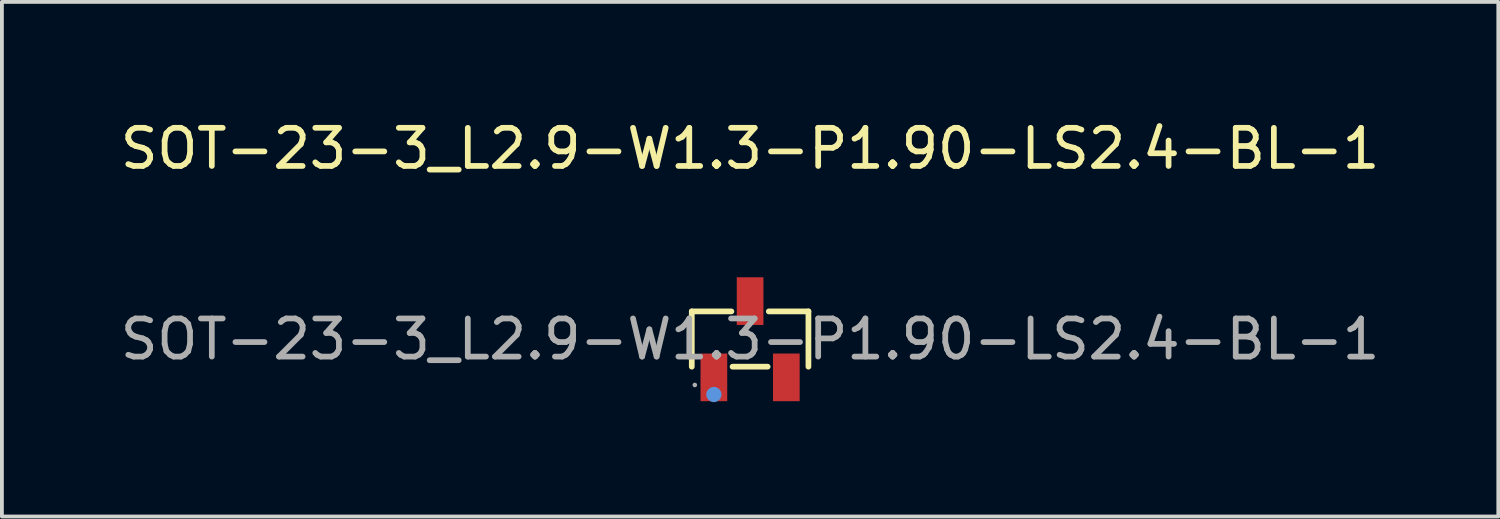
<source format=kicad_pcb>
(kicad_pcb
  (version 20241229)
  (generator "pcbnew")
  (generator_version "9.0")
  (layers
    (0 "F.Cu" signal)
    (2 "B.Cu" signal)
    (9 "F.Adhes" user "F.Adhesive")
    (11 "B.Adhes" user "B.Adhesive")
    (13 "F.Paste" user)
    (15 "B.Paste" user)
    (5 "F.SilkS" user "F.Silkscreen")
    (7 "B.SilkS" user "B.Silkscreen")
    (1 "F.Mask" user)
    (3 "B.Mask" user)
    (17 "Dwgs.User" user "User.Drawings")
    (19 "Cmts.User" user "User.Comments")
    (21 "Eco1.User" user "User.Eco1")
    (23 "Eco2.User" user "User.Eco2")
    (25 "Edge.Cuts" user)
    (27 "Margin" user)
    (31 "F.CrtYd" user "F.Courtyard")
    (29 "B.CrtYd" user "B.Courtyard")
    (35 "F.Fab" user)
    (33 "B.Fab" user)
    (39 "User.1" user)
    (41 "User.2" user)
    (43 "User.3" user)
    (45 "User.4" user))
  (footprint "SOT-23-3_L2.9-W1.3-P1.90-LS2.4-BL-1"
    (layer "F.Cu")
    (at 16.625 5.848)
    (property "Reference" "SOT-23-3_L2.9-W1.3-P1.90-LS2.4-BL-1" (at 0 -5 0) (layer "F.SilkS") (effects (font (size 1 1) (thickness 0.15))))
    (attr smd)
    (fp_line (start -1.53 -0.73) (end -0.49 -0.73) (stroke (width 0.15) (type solid)) (layer "F.SilkS"))
    (fp_line (start -1.53 0.72) (end -1.53 -0.73) (stroke (width 0.15) (type solid)) (layer "F.SilkS"))
    (fp_line (start 0.46 0.72) (end -0.46 0.72) (stroke (width 0.15) (type solid)) (layer "F.SilkS"))
    (fp_line (start 1.53 -0.73) (end 0.49 -0.73) (stroke (width 0.15) (type solid)) (layer "F.SilkS"))
    (fp_line (start 1.53 0.72) (end 1.53 -0.73) (stroke (width 0.15) (type solid)) (layer "F.SilkS"))
    (fp_circle (center -0.95 1.45) (end -0.85 1.45) (stroke (width 0.2) (type solid)) (fill no) (layer "Cmts.User"))
    (fp_circle (center -1.45 1.2) (end -1.42 1.2) (stroke (width 0.06) (type solid)) (fill no) (layer "F.Fab"))
    (fp_text user "${REFERENCE}" (at 0 0 0) (layer "F.Fab") (effects (font (size 1 1) (thickness 0.15))))
    (pad "1" smd rect (at -0.95 1 270) (size 1.25 0.7) (layers "F.Cu" "F.Mask" "F.Paste"))
    (pad "2" smd rect (at 0.95 1 270) (size 1.25 0.7) (layers "F.Cu" "F.Mask" "F.Paste"))
    (pad "3" smd rect (at 0 -1 270) (size 1.25 0.7) (layers "F.Cu" "F.Mask" "F.Paste")))
  (gr_rect
    (start -3 -3)
    (end 36.25 10.498)
    (stroke (width 0.1) (type default))
    (fill no)
    (layer "Edge.Cuts")))
</source>
